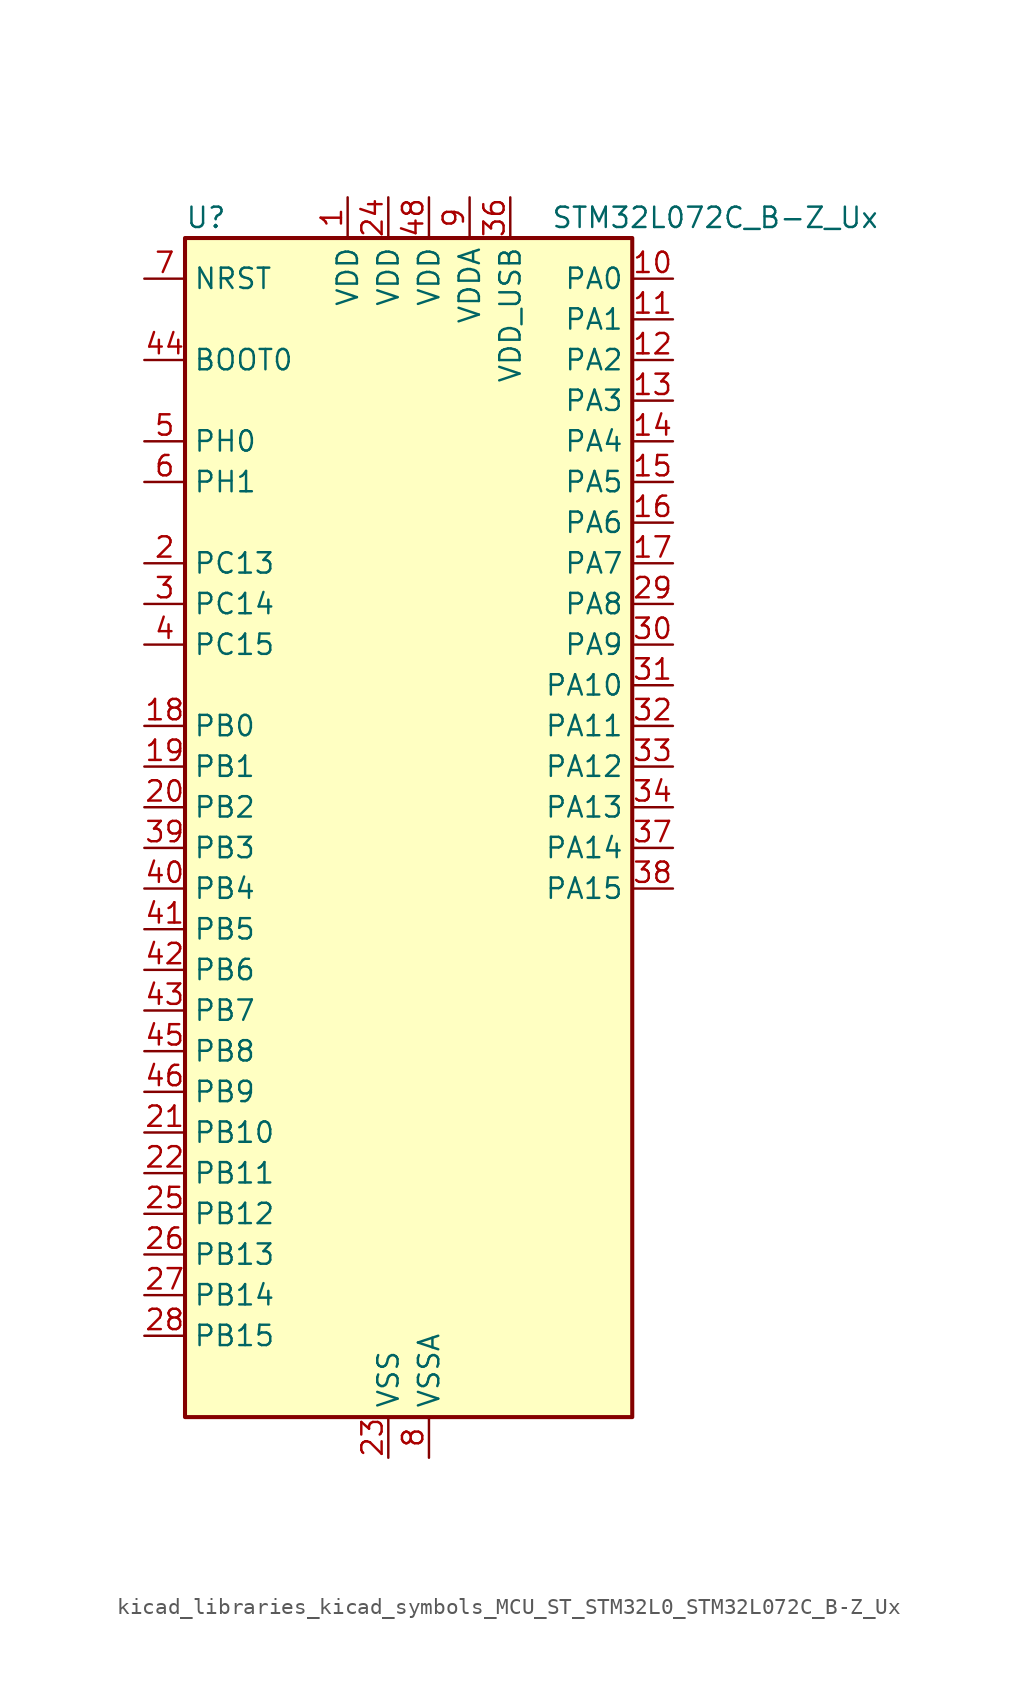
<source format=kicad_sym>
(kicad_symbol_lib
  (version 20220914)
  (generator kicad_symbol_editor)
  (symbol "kicad_libraries_kicad_symbols_MCU_ST_STM32L0_STM32L072C_B-Z_Ux"
    (property "Reference" "U"
      (at -12.7 39.37 0)
      (effects (font (size 1.27 1.27)) (justify left)))
    (property "Value" "STM32L072C_B-Z_Ux"
      (at 10.16 39.37 0)
      (effects (font (size 1.27 1.27)) (justify left)))
    (property "ki_locked" ""
      (at 0 0 0)
      (effects (font (size 1.27 1.27))))
    (symbol "kicad_libraries_kicad_symbols_MCU_ST_STM32L0_STM32L072C_B-Z_Ux_0_1"
      (rectangle (start -12.7 -35.56) (end 15.24 38.1) (stroke (width 0.254) (type default)) (fill (type background))))
    (symbol "kicad_libraries_kicad_symbols_MCU_ST_STM32L0_STM32L072C_B-Z_Ux_1_1"
      (pin power_in line (at -2.54 40.64 270) (length 2.54) (name "VDD" (effects (font (size 1.27 1.27)))) (number "1" (effects (font (size 1.27 1.27)))))
      (pin bidirectional line (at 17.78 35.56 180) (length 2.54) (name "PA0" (effects (font (size 1.27 1.27)))) (number "10" (effects (font (size 1.27 1.27)))) (alternate "ADC_IN0" bidirectional line) (alternate "COMP1_INM" bidirectional line) (alternate "COMP1_OUT" bidirectional line) (alternate "RTC_TAMP2" bidirectional line) (alternate "SYS_WKUP1" bidirectional line) (alternate "TIM2_CH1" bidirectional line) (alternate "TIM2_ETR" bidirectional line) (alternate "TSC_G1_IO1" bidirectional line) (alternate "USART2_CTS" bidirectional line) (alternate "USART4_TX" bidirectional line))
      (pin bidirectional line (at 17.78 33.02 180) (length 2.54) (name "PA1" (effects (font (size 1.27 1.27)))) (number "11" (effects (font (size 1.27 1.27)))) (alternate "ADC_IN1" bidirectional line) (alternate "COMP1_INP" bidirectional line) (alternate "TIM21_ETR" bidirectional line) (alternate "TIM2_CH2" bidirectional line) (alternate "TSC_G1_IO2" bidirectional line) (alternate "USART2_DE" bidirectional line) (alternate "USART2_RTS" bidirectional line) (alternate "USART4_RX" bidirectional line))
      (pin bidirectional line (at 17.78 30.48 180) (length 2.54) (name "PA2" (effects (font (size 1.27 1.27)))) (number "12" (effects (font (size 1.27 1.27)))) (alternate "ADC_IN2" bidirectional line) (alternate "COMP2_INM" bidirectional line) (alternate "COMP2_OUT" bidirectional line) (alternate "LPUART1_TX" bidirectional line) (alternate "TIM21_CH1" bidirectional line) (alternate "TIM2_CH3" bidirectional line) (alternate "TSC_G1_IO3" bidirectional line) (alternate "USART2_TX" bidirectional line))
      (pin bidirectional line (at 17.78 27.94 180) (length 2.54) (name "PA3" (effects (font (size 1.27 1.27)))) (number "13" (effects (font (size 1.27 1.27)))) (alternate "ADC_IN3" bidirectional line) (alternate "COMP2_INP" bidirectional line) (alternate "LPUART1_RX" bidirectional line) (alternate "TIM21_CH2" bidirectional line) (alternate "TIM2_CH4" bidirectional line) (alternate "TSC_G1_IO4" bidirectional line) (alternate "USART2_RX" bidirectional line))
      (pin bidirectional line (at 17.78 25.4 180) (length 2.54) (name "PA4" (effects (font (size 1.27 1.27)))) (number "14" (effects (font (size 1.27 1.27)))) (alternate "ADC_IN4" bidirectional line) (alternate "COMP1_INM" bidirectional line) (alternate "COMP2_INM" bidirectional line) (alternate "DAC_OUT1" bidirectional line) (alternate "SPI1_NSS" bidirectional line) (alternate "TIM22_ETR" bidirectional line) (alternate "TSC_G2_IO1" bidirectional line) (alternate "USART2_CK" bidirectional line))
      (pin bidirectional line (at 17.78 22.86 180) (length 2.54) (name "PA5" (effects (font (size 1.27 1.27)))) (number "15" (effects (font (size 1.27 1.27)))) (alternate "ADC_IN5" bidirectional line) (alternate "COMP1_INM" bidirectional line) (alternate "COMP2_INM" bidirectional line) (alternate "DAC_OUT2" bidirectional line) (alternate "SPI1_SCK" bidirectional line) (alternate "TIM2_CH1" bidirectional line) (alternate "TIM2_ETR" bidirectional line) (alternate "TSC_G2_IO2" bidirectional line))
      (pin bidirectional line (at 17.78 20.32 180) (length 2.54) (name "PA6" (effects (font (size 1.27 1.27)))) (number "16" (effects (font (size 1.27 1.27)))) (alternate "ADC_IN6" bidirectional line) (alternate "COMP1_OUT" bidirectional line) (alternate "LPUART1_CTS" bidirectional line) (alternate "SPI1_MISO" bidirectional line) (alternate "TIM22_CH1" bidirectional line) (alternate "TIM3_CH1" bidirectional line) (alternate "TSC_G2_IO3" bidirectional line))
      (pin bidirectional line (at 17.78 17.78 180) (length 2.54) (name "PA7" (effects (font (size 1.27 1.27)))) (number "17" (effects (font (size 1.27 1.27)))) (alternate "ADC_IN7" bidirectional line) (alternate "COMP2_OUT" bidirectional line) (alternate "SPI1_MOSI" bidirectional line) (alternate "TIM22_CH2" bidirectional line) (alternate "TIM3_CH2" bidirectional line) (alternate "TSC_G2_IO4" bidirectional line))
      (pin bidirectional line (at -15.24 7.62 0) (length 2.54) (name "PB0" (effects (font (size 1.27 1.27)))) (number "18" (effects (font (size 1.27 1.27)))) (alternate "ADC_IN8" bidirectional line) (alternate "SYS_VREF_OUT_PB0" bidirectional line) (alternate "TIM3_CH3" bidirectional line) (alternate "TSC_G3_IO2" bidirectional line))
      (pin bidirectional line (at -15.24 5.08 0) (length 2.54) (name "PB1" (effects (font (size 1.27 1.27)))) (number "19" (effects (font (size 1.27 1.27)))) (alternate "ADC_IN9" bidirectional line) (alternate "LPUART1_DE" bidirectional line) (alternate "LPUART1_RTS" bidirectional line) (alternate "SYS_VREF_OUT_PB1" bidirectional line) (alternate "TIM3_CH4" bidirectional line) (alternate "TSC_G3_IO3" bidirectional line))
      (pin bidirectional line (at -15.24 17.78 0) (length 2.54) (name "PC13" (effects (font (size 1.27 1.27)))) (number "2" (effects (font (size 1.27 1.27)))) (alternate "RTC_OUT_ALARM" bidirectional line) (alternate "RTC_OUT_CALIB" bidirectional line) (alternate "RTC_TAMP1" bidirectional line) (alternate "RTC_TS" bidirectional line) (alternate "SYS_WKUP2" bidirectional line))
      (pin bidirectional line (at -15.24 2.54 0) (length 2.54) (name "PB2" (effects (font (size 1.27 1.27)))) (number "20" (effects (font (size 1.27 1.27)))) (alternate "I2C3_SMBA" bidirectional line) (alternate "LPTIM1_OUT" bidirectional line) (alternate "TSC_G3_IO4" bidirectional line))
      (pin bidirectional line (at -15.24 -17.78 0) (length 2.54) (name "PB10" (effects (font (size 1.27 1.27)))) (number "21" (effects (font (size 1.27 1.27)))) (alternate "I2C2_SCL" bidirectional line) (alternate "LPUART1_RX" bidirectional line) (alternate "LPUART1_TX" bidirectional line) (alternate "SPI2_SCK" bidirectional line) (alternate "TIM2_CH3" bidirectional line) (alternate "TSC_SYNC" bidirectional line))
      (pin bidirectional line (at -15.24 -20.32 0) (length 2.54) (name "PB11" (effects (font (size 1.27 1.27)))) (number "22" (effects (font (size 1.27 1.27)))) (alternate "ADC_EXTI11" bidirectional line) (alternate "I2C2_SDA" bidirectional line) (alternate "LPUART1_RX" bidirectional line) (alternate "LPUART1_TX" bidirectional line) (alternate "TIM2_CH4" bidirectional line) (alternate "TSC_G6_IO1" bidirectional line))
      (pin power_in line (at 0 -38.1 90) (length 2.54) (name "VSS" (effects (font (size 1.27 1.27)))) (number "23" (effects (font (size 1.27 1.27)))))
      (pin power_in line (at 0 40.64 270) (length 2.54) (name "VDD" (effects (font (size 1.27 1.27)))) (number "24" (effects (font (size 1.27 1.27)))))
      (pin bidirectional line (at -15.24 -22.86 0) (length 2.54) (name "PB12" (effects (font (size 1.27 1.27)))) (number "25" (effects (font (size 1.27 1.27)))) (alternate "I2S2_WS" bidirectional line) (alternate "LPUART1_DE" bidirectional line) (alternate "LPUART1_RTS" bidirectional line) (alternate "SPI2_NSS" bidirectional line) (alternate "TSC_G6_IO2" bidirectional line))
      (pin bidirectional line (at -15.24 -25.4 0) (length 2.54) (name "PB13" (effects (font (size 1.27 1.27)))) (number "26" (effects (font (size 1.27 1.27)))) (alternate "I2C2_SCL" bidirectional line) (alternate "I2S2_CK" bidirectional line) (alternate "LPUART1_CTS" bidirectional line) (alternate "RCC_MCO" bidirectional line) (alternate "SPI2_SCK" bidirectional line) (alternate "TIM21_CH1" bidirectional line) (alternate "TSC_G6_IO3" bidirectional line))
      (pin bidirectional line (at -15.24 -27.94 0) (length 2.54) (name "PB14" (effects (font (size 1.27 1.27)))) (number "27" (effects (font (size 1.27 1.27)))) (alternate "I2C2_SDA" bidirectional line) (alternate "I2S2_MCK" bidirectional line) (alternate "LPUART1_DE" bidirectional line) (alternate "LPUART1_RTS" bidirectional line) (alternate "RTC_OUT_ALARM" bidirectional line) (alternate "RTC_OUT_CALIB" bidirectional line) (alternate "SPI2_MISO" bidirectional line) (alternate "TIM21_CH2" bidirectional line) (alternate "TSC_G6_IO4" bidirectional line))
      (pin bidirectional line (at -15.24 -30.48 0) (length 2.54) (name "PB15" (effects (font (size 1.27 1.27)))) (number "28" (effects (font (size 1.27 1.27)))) (alternate "I2S2_SD" bidirectional line) (alternate "RTC_REFIN" bidirectional line) (alternate "SPI2_MOSI" bidirectional line))
      (pin bidirectional line (at 17.78 15.24 180) (length 2.54) (name "PA8" (effects (font (size 1.27 1.27)))) (number "29" (effects (font (size 1.27 1.27)))) (alternate "CRS_SYNC" bidirectional line) (alternate "I2C3_SCL" bidirectional line) (alternate "RCC_MCO" bidirectional line) (alternate "USART1_CK" bidirectional line))
      (pin bidirectional line (at -15.24 15.24 0) (length 2.54) (name "PC14" (effects (font (size 1.27 1.27)))) (number "3" (effects (font (size 1.27 1.27)))) (alternate "RCC_OSC32_IN" bidirectional line))
      (pin bidirectional line (at 17.78 12.7 180) (length 2.54) (name "PA9" (effects (font (size 1.27 1.27)))) (number "30" (effects (font (size 1.27 1.27)))) (alternate "DAC_EXTI9" bidirectional line) (alternate "I2C1_SCL" bidirectional line) (alternate "I2C3_SMBA" bidirectional line) (alternate "RCC_MCO" bidirectional line) (alternate "TSC_G4_IO1" bidirectional line) (alternate "USART1_TX" bidirectional line))
      (pin bidirectional line (at 17.78 10.16 180) (length 2.54) (name "PA10" (effects (font (size 1.27 1.27)))) (number "31" (effects (font (size 1.27 1.27)))) (alternate "I2C1_SDA" bidirectional line) (alternate "TSC_G4_IO2" bidirectional line) (alternate "USART1_RX" bidirectional line))
      (pin bidirectional line (at 17.78 7.62 180) (length 2.54) (name "PA11" (effects (font (size 1.27 1.27)))) (number "32" (effects (font (size 1.27 1.27)))) (alternate "ADC_EXTI11" bidirectional line) (alternate "COMP1_OUT" bidirectional line) (alternate "SPI1_MISO" bidirectional line) (alternate "TSC_G4_IO3" bidirectional line) (alternate "USART1_CTS" bidirectional line) (alternate "USB_DM" bidirectional line))
      (pin bidirectional line (at 17.78 5.08 180) (length 2.54) (name "PA12" (effects (font (size 1.27 1.27)))) (number "33" (effects (font (size 1.27 1.27)))) (alternate "COMP2_OUT" bidirectional line) (alternate "SPI1_MOSI" bidirectional line) (alternate "TSC_G4_IO4" bidirectional line) (alternate "USART1_DE" bidirectional line) (alternate "USART1_RTS" bidirectional line) (alternate "USB_DP" bidirectional line))
      (pin bidirectional line (at 17.78 2.54 180) (length 2.54) (name "PA13" (effects (font (size 1.27 1.27)))) (number "34" (effects (font (size 1.27 1.27)))) (alternate "LPUART1_RX" bidirectional line) (alternate "SYS_SWDIO" bidirectional line) (alternate "USB_NOE" bidirectional line))
      (pin passive line (at 0 -38.1 90) (length 2.54) hide (name "VSS" (effects (font (size 1.27 1.27)))) (number "35" (effects (font (size 1.27 1.27)))))
      (pin power_in line (at 7.62 40.64 270) (length 2.54) (name "VDD_USB" (effects (font (size 1.27 1.27)))) (number "36" (effects (font (size 1.27 1.27)))))
      (pin bidirectional line (at 17.78 0 180) (length 2.54) (name "PA14" (effects (font (size 1.27 1.27)))) (number "37" (effects (font (size 1.27 1.27)))) (alternate "LPUART1_TX" bidirectional line) (alternate "SYS_SWCLK" bidirectional line) (alternate "USART2_TX" bidirectional line))
      (pin bidirectional line (at 17.78 -2.54 180) (length 2.54) (name "PA15" (effects (font (size 1.27 1.27)))) (number "38" (effects (font (size 1.27 1.27)))) (alternate "SPI1_NSS" bidirectional line) (alternate "TIM2_CH1" bidirectional line) (alternate "TIM2_ETR" bidirectional line) (alternate "USART2_RX" bidirectional line) (alternate "USART4_DE" bidirectional line) (alternate "USART4_RTS" bidirectional line))
      (pin bidirectional line (at -15.24 0 0) (length 2.54) (name "PB3" (effects (font (size 1.27 1.27)))) (number "39" (effects (font (size 1.27 1.27)))) (alternate "COMP2_INM" bidirectional line) (alternate "SPI1_SCK" bidirectional line) (alternate "TIM2_CH2" bidirectional line) (alternate "TSC_G5_IO1" bidirectional line) (alternate "USART1_DE" bidirectional line) (alternate "USART1_RTS" bidirectional line) (alternate "USART5_TX" bidirectional line))
      (pin bidirectional line (at -15.24 12.7 0) (length 2.54) (name "PC15" (effects (font (size 1.27 1.27)))) (number "4" (effects (font (size 1.27 1.27)))) (alternate "RCC_OSC32_OUT" bidirectional line))
      (pin bidirectional line (at -15.24 -2.54 0) (length 2.54) (name "PB4" (effects (font (size 1.27 1.27)))) (number "40" (effects (font (size 1.27 1.27)))) (alternate "COMP2_INP" bidirectional line) (alternate "I2C3_SDA" bidirectional line) (alternate "SPI1_MISO" bidirectional line) (alternate "TIM22_CH1" bidirectional line) (alternate "TIM3_CH1" bidirectional line) (alternate "TSC_G5_IO2" bidirectional line) (alternate "USART1_CTS" bidirectional line) (alternate "USART5_RX" bidirectional line))
      (pin bidirectional line (at -15.24 -5.08 0) (length 2.54) (name "PB5" (effects (font (size 1.27 1.27)))) (number "41" (effects (font (size 1.27 1.27)))) (alternate "COMP2_INP" bidirectional line) (alternate "I2C1_SMBA" bidirectional line) (alternate "LPTIM1_IN1" bidirectional line) (alternate "SPI1_MOSI" bidirectional line) (alternate "TIM22_CH2" bidirectional line) (alternate "TIM3_CH2" bidirectional line) (alternate "USART1_CK" bidirectional line) (alternate "USART5_CK" bidirectional line) (alternate "USART5_DE" bidirectional line) (alternate "USART5_RTS" bidirectional line))
      (pin bidirectional line (at -15.24 -7.62 0) (length 2.54) (name "PB6" (effects (font (size 1.27 1.27)))) (number "42" (effects (font (size 1.27 1.27)))) (alternate "COMP2_INP" bidirectional line) (alternate "I2C1_SCL" bidirectional line) (alternate "LPTIM1_ETR" bidirectional line) (alternate "TSC_G5_IO3" bidirectional line) (alternate "USART1_TX" bidirectional line))
      (pin bidirectional line (at -15.24 -10.16 0) (length 2.54) (name "PB7" (effects (font (size 1.27 1.27)))) (number "43" (effects (font (size 1.27 1.27)))) (alternate "COMP2_INP" bidirectional line) (alternate "I2C1_SDA" bidirectional line) (alternate "LPTIM1_IN2" bidirectional line) (alternate "SYS_PVD_IN" bidirectional line) (alternate "TSC_G5_IO4" bidirectional line) (alternate "USART1_RX" bidirectional line) (alternate "USART4_CTS" bidirectional line))
      (pin input line (at -15.24 30.48 0) (length 2.54) (name "BOOT0" (effects (font (size 1.27 1.27)))) (number "44" (effects (font (size 1.27 1.27)))))
      (pin bidirectional line (at -15.24 -12.7 0) (length 2.54) (name "PB8" (effects (font (size 1.27 1.27)))) (number "45" (effects (font (size 1.27 1.27)))) (alternate "I2C1_SCL" bidirectional line) (alternate "TSC_SYNC" bidirectional line))
      (pin bidirectional line (at -15.24 -15.24 0) (length 2.54) (name "PB9" (effects (font (size 1.27 1.27)))) (number "46" (effects (font (size 1.27 1.27)))) (alternate "DAC_EXTI9" bidirectional line) (alternate "I2C1_SDA" bidirectional line) (alternate "I2S2_WS" bidirectional line) (alternate "SPI2_NSS" bidirectional line))
      (pin passive line (at 0 -38.1 90) (length 2.54) hide (name "VSS" (effects (font (size 1.27 1.27)))) (number "47" (effects (font (size 1.27 1.27)))))
      (pin power_in line (at 2.54 40.64 270) (length 2.54) (name "VDD" (effects (font (size 1.27 1.27)))) (number "48" (effects (font (size 1.27 1.27)))))
      (pin passive line (at 0 -38.1 90) (length 2.54) hide (name "VSS" (effects (font (size 1.27 1.27)))) (number "49" (effects (font (size 1.27 1.27)))))
      (pin bidirectional line (at -15.24 25.4 0) (length 2.54) (name "PH0" (effects (font (size 1.27 1.27)))) (number "5" (effects (font (size 1.27 1.27)))) (alternate "CRS_SYNC" bidirectional line) (alternate "RCC_OSC_IN" bidirectional line))
      (pin bidirectional line (at -15.24 22.86 0) (length 2.54) (name "PH1" (effects (font (size 1.27 1.27)))) (number "6" (effects (font (size 1.27 1.27)))) (alternate "RCC_OSC_OUT" bidirectional line))
      (pin input line (at -15.24 35.56 0) (length 2.54) (name "NRST" (effects (font (size 1.27 1.27)))) (number "7" (effects (font (size 1.27 1.27)))))
      (pin power_in line (at 2.54 -38.1 90) (length 2.54) (name "VSSA" (effects (font (size 1.27 1.27)))) (number "8" (effects (font (size 1.27 1.27)))))
      (pin power_in line (at 5.08 40.64 270) (length 2.54) (name "VDDA" (effects (font (size 1.27 1.27)))) (number "9" (effects (font (size 1.27 1.27))))))))
</source>
